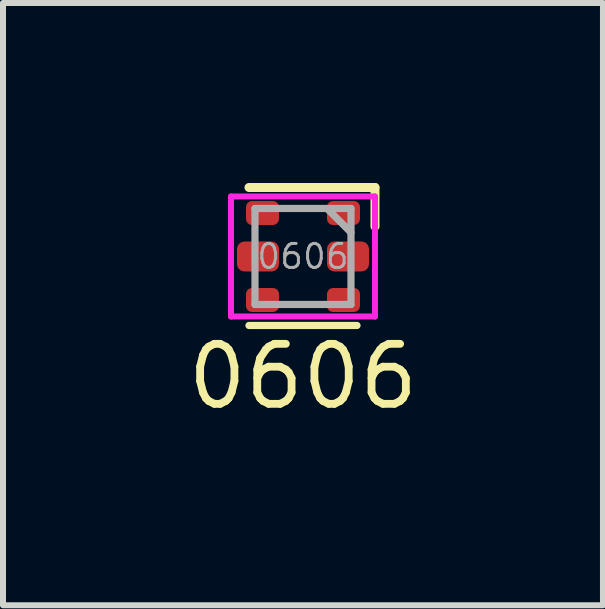
<source format=kicad_pcb>
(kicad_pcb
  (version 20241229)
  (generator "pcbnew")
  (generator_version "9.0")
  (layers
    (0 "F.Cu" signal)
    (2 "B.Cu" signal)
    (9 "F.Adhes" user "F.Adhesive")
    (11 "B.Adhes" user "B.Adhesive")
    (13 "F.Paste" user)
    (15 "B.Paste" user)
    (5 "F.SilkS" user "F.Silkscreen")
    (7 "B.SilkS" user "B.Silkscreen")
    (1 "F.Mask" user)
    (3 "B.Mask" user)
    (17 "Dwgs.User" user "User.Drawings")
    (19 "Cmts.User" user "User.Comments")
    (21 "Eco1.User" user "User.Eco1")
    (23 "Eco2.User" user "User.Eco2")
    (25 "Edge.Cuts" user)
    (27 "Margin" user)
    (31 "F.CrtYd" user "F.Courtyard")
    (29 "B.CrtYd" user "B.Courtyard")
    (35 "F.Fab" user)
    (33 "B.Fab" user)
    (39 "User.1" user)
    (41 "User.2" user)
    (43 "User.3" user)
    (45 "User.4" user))
  (footprint "0606"
    (layer "F.Cu")
    (at 2 1.225)
    (property "Reference" "0606" (at 0 2 0) (layer "F.SilkS") (effects (font (size 1 1) (thickness 0.13))))
    (property "Value" "${VALUE}" (at 0 1.1 0) (layer "F.Fab") (hide yes) (effects (font (size 0.3 0.3) (thickness 0.05))))
    (attr through_hole)
    (fp_line (start -0.9 -1.15) (end 1.2 -1.15) (stroke (width 0.15) (type solid)) (layer "F.SilkS"))
    (fp_line (start -0.9 1.15) (end 0.9 1.15) (stroke (width 0.12) (type solid)) (layer "F.SilkS"))
    (fp_line (start 1.2 -1.15) (end 1.2 -0.5) (stroke (width 0.15) (type solid)) (layer "F.SilkS"))
    (fp_line (start -1.2 -1) (end 1.2 -1) (stroke (width 0.1) (type solid)) (layer "F.CrtYd"))
    (fp_line (start -1.2 1) (end -1.2 -1) (stroke (width 0.1) (type solid)) (layer "F.CrtYd"))
    (fp_line (start 1.2 -1) (end 1.2 1) (stroke (width 0.1) (type solid)) (layer "F.CrtYd"))
    (fp_line (start 1.2 1) (end -1.2 1) (stroke (width 0.1) (type solid)) (layer "F.CrtYd"))
    (fp_line (start -0.8 -0.8) (end 0.8 -0.8) (stroke (width 0.12) (type solid)) (layer "F.Fab"))
    (fp_line (start -0.8 0.8) (end -0.8 -0.8) (stroke (width 0.12) (type solid)) (layer "F.Fab"))
    (fp_line (start 0.4 -0.8) (end 0.8 -0.4) (stroke (width 0.12) (type solid)) (layer "F.Fab"))
    (fp_line (start 0.8 -0.8) (end 0.8 0.8) (stroke (width 0.12) (type solid)) (layer "F.Fab"))
    (fp_line (start 0.8 0.8) (end -0.8 0.8) (stroke (width 0.12) (type solid)) (layer "F.Fab"))
    (fp_text user "${REFERENCE}" (at 0 0 0) (layer "F.Fab") (effects (font (size 0.4 0.4) (thickness 0.05))))
    (pad "1" smd roundrect (at 0.675 -0.725) (size 0.55 0.4) (layers "F.Cu" "F.Mask" "F.Paste") (roundrect_rratio 0.25))
    (pad "2" smd roundrect (at 0.75 0) (size 0.7 0.5) (layers "F.Cu" "F.Mask" "F.Paste") (roundrect_rratio 0.25))
    (pad "3" smd roundrect (at 0.675 0.725) (size 0.55 0.4) (layers "F.Cu" "F.Mask" "F.Paste") (roundrect_rratio 0.25))
    (pad "4" smd roundrect (at -0.675 0.725) (size 0.55 0.4) (layers "F.Cu" "F.Mask" "F.Paste") (roundrect_rratio 0.25))
    (pad "5" smd roundrect (at -0.75 0) (size 0.7 0.5) (layers "F.Cu" "F.Mask" "F.Paste") (roundrect_rratio 0.25))
    (pad "6" smd roundrect (at -0.675 -0.725) (size 0.55 0.4) (layers "F.Cu" "F.Mask" "F.Paste") (roundrect_rratio 0.25)))
  (gr_rect
    (start -3 -3)
    (end 7 7.038)
    (stroke (width 0.1) (type default))
    (fill no)
    (layer "Edge.Cuts")))
</source>
